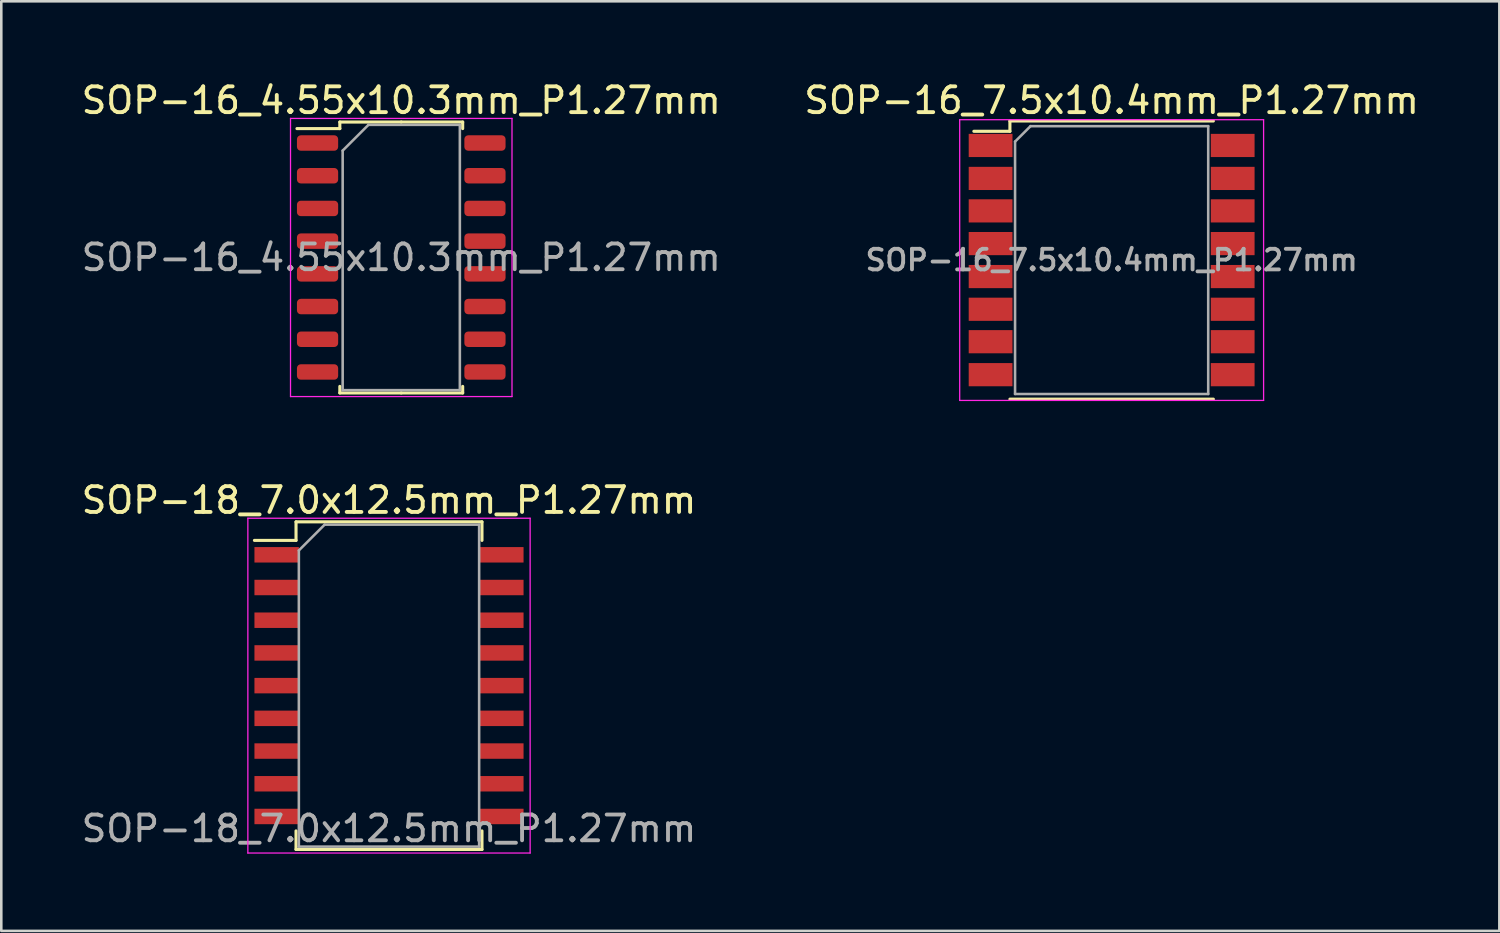
<source format=kicad_pcb>
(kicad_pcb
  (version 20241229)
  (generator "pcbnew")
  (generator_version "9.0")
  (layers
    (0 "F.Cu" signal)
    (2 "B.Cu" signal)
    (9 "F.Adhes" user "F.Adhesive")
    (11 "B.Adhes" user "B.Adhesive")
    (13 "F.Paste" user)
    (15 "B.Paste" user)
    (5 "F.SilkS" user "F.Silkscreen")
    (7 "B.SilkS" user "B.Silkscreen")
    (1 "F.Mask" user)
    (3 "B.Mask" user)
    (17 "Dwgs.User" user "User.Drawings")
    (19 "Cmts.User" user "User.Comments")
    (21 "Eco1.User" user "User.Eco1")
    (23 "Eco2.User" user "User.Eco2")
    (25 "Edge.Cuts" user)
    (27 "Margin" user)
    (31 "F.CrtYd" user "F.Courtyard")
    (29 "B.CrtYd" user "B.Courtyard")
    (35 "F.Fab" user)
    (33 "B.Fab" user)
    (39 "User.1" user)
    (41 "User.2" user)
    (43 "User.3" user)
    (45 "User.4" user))
  (footprint "SOP-16_7.5x10.4mm_P1.27mm"
    (layer "F.Cu")
    (at 40.113 7.048)
    (property "Reference" "SOP-16_7.5x10.4mm_P1.27mm" (at 0 -6.2 0) (layer "F.SilkS") (effects (font (size 1 1) (thickness 0.15))))
    (attr smd)
    (fp_line (start -3.95 -5.4) (end -3.95 -5) (stroke (width 0.12) (type solid)) (layer "F.SilkS"))
    (fp_line (start -3.95 -5.4) (end 3.95 -5.4) (stroke (width 0.12) (type solid)) (layer "F.SilkS"))
    (fp_line (start -3.95 -5) (end -5.35 -5) (stroke (width 0.12) (type solid)) (layer "F.SilkS"))
    (fp_line (start -3.95 5.4) (end 3.95 5.4) (stroke (width 0.12) (type solid)) (layer "F.SilkS"))
    (fp_line (start -5.9 -5.45) (end -5.9 5.45) (stroke (width 0.05) (type solid)) (layer "F.CrtYd"))
    (fp_line (start -5.9 -5.45) (end 5.9 -5.45) (stroke (width 0.05) (type solid)) (layer "F.CrtYd"))
    (fp_line (start 5.9 5.45) (end -5.9 5.45) (stroke (width 0.05) (type solid)) (layer "F.CrtYd"))
    (fp_line (start 5.9 5.45) (end 5.9 -5.45) (stroke (width 0.05) (type solid)) (layer "F.CrtYd"))
    (fp_line (start -3.75 -4.6) (end -3.15 -5.2) (stroke (width 0.1) (type solid)) (layer "F.Fab"))
    (fp_line (start -3.75 5.2) (end -3.75 -4.6) (stroke (width 0.1) (type solid)) (layer "F.Fab"))
    (fp_line (start -3.15 -5.2) (end 3.75 -5.2) (stroke (width 0.1) (type solid)) (layer "F.Fab"))
    (fp_line (start 3.75 -5.2) (end 3.75 5.2) (stroke (width 0.1) (type solid)) (layer "F.Fab"))
    (fp_line (start 3.75 5.2) (end -3.75 5.2) (stroke (width 0.1) (type solid)) (layer "F.Fab"))
    (fp_text user "${REFERENCE}" (at 0 0 0) (layer "F.Fab") (effects (font (size 0.8 0.8) (thickness 0.15))))
    (pad "1" smd rect (at -4.7 -4.45) (size 1.7 0.9) (layers "F.Cu" "F.Mask" "F.Paste"))
    (pad "2" smd rect (at -4.7 -3.17) (size 1.7 0.9) (layers "F.Cu" "F.Mask" "F.Paste"))
    (pad "3" smd rect (at -4.7 -1.91) (size 1.7 0.9) (layers "F.Cu" "F.Mask" "F.Paste"))
    (pad "4" smd rect (at -4.7 -0.64) (size 1.7 0.9) (layers "F.Cu" "F.Mask" "F.Paste"))
    (pad "5" smd rect (at -4.7 0.64) (size 1.7 0.9) (layers "F.Cu" "F.Mask" "F.Paste"))
    (pad "6" smd rect (at -4.7 1.91) (size 1.7 0.9) (layers "F.Cu" "F.Mask" "F.Paste"))
    (pad "7" smd rect (at -4.7 3.17) (size 1.7 0.9) (layers "F.Cu" "F.Mask" "F.Paste"))
    (pad "8" smd rect (at -4.7 4.45) (size 1.7 0.9) (layers "F.Cu" "F.Mask" "F.Paste"))
    (pad "9" smd rect (at 4.7 4.45) (size 1.7 0.9) (layers "F.Cu" "F.Mask" "F.Paste"))
    (pad "10" smd rect (at 4.7 3.17) (size 1.7 0.9) (layers "F.Cu" "F.Mask" "F.Paste"))
    (pad "11" smd rect (at 4.7 1.91) (size 1.7 0.9) (layers "F.Cu" "F.Mask" "F.Paste"))
    (pad "12" smd rect (at 4.7 0.64) (size 1.7 0.9) (layers "F.Cu" "F.Mask" "F.Paste"))
    (pad "13" smd rect (at 4.7 -0.64) (size 1.7 0.9) (layers "F.Cu" "F.Mask" "F.Paste"))
    (pad "14" smd rect (at 4.7 -1.91) (size 1.7 0.9) (layers "F.Cu" "F.Mask" "F.Paste"))
    (pad "15" smd rect (at 4.7 -3.17) (size 1.7 0.9) (layers "F.Cu" "F.Mask" "F.Paste"))
    (pad "16" smd rect (at 4.7 -4.45) (size 1.7 0.9) (layers "F.Cu" "F.Mask" "F.Paste")))
  (footprint "SOP-16_4.55x10.3mm_P1.27mm"
    (layer "F.Cu")
    (at 12.53 6.948)
    (property "Reference" "SOP-16_4.55x10.3mm_P1.27mm" (at 0 -6.1 0) (layer "F.SilkS") (effects (font (size 1 1) (thickness 0.15))))
    (attr smd)
    (fp_line (start -2.385 -5.26) (end -2.385 -5.005) (stroke (width 0.12) (type solid)) (layer "F.SilkS"))
    (fp_line (start -2.385 -5.005) (end -4.05 -5.005) (stroke (width 0.12) (type solid)) (layer "F.SilkS"))
    (fp_line (start -2.385 5.26) (end -2.385 5.005) (stroke (width 0.12) (type solid)) (layer "F.SilkS"))
    (fp_line (start 0 -5.26) (end -2.385 -5.26) (stroke (width 0.12) (type solid)) (layer "F.SilkS"))
    (fp_line (start 0 -5.26) (end 2.385 -5.26) (stroke (width 0.12) (type solid)) (layer "F.SilkS"))
    (fp_line (start 0 5.26) (end -2.385 5.26) (stroke (width 0.12) (type solid)) (layer "F.SilkS"))
    (fp_line (start 0 5.26) (end 2.385 5.26) (stroke (width 0.12) (type solid)) (layer "F.SilkS"))
    (fp_line (start 2.385 -5.26) (end 2.385 -5.005) (stroke (width 0.12) (type solid)) (layer "F.SilkS"))
    (fp_line (start 2.385 5.26) (end 2.385 5.005) (stroke (width 0.12) (type solid)) (layer "F.SilkS"))
    (fp_line (start -4.3 -5.4) (end -4.3 5.4) (stroke (width 0.05) (type solid)) (layer "F.CrtYd"))
    (fp_line (start -4.3 5.4) (end 4.3 5.4) (stroke (width 0.05) (type solid)) (layer "F.CrtYd"))
    (fp_line (start 4.3 -5.4) (end -4.3 -5.4) (stroke (width 0.05) (type solid)) (layer "F.CrtYd"))
    (fp_line (start 4.3 5.4) (end 4.3 -5.4) (stroke (width 0.05) (type solid)) (layer "F.CrtYd"))
    (fp_line (start -2.275 -4.15) (end -1.275 -5.15) (stroke (width 0.1) (type solid)) (layer "F.Fab"))
    (fp_line (start -2.275 5.15) (end -2.275 -4.15) (stroke (width 0.1) (type solid)) (layer "F.Fab"))
    (fp_line (start -1.275 -5.15) (end 2.275 -5.15) (stroke (width 0.1) (type solid)) (layer "F.Fab"))
    (fp_line (start 2.275 -5.15) (end 2.275 5.15) (stroke (width 0.1) (type solid)) (layer "F.Fab"))
    (fp_line (start 2.275 5.15) (end -2.275 5.15) (stroke (width 0.1) (type solid)) (layer "F.Fab"))
    (fp_text user "${REFERENCE}" (at 0 0 0) (layer "F.Fab") (effects (font (size 1 1) (thickness 0.15))))
    (pad "1" smd roundrect (at -3.25 -4.445) (size 1.6 0.6) (layers "F.Cu" "F.Mask" "F.Paste") (roundrect_rratio 0.25))
    (pad "2" smd roundrect (at -3.25 -3.175) (size 1.6 0.6) (layers "F.Cu" "F.Mask" "F.Paste") (roundrect_rratio 0.25))
    (pad "3" smd roundrect (at -3.25 -1.905) (size 1.6 0.6) (layers "F.Cu" "F.Mask" "F.Paste") (roundrect_rratio 0.25))
    (pad "4" smd roundrect (at -3.25 -0.635) (size 1.6 0.6) (layers "F.Cu" "F.Mask" "F.Paste") (roundrect_rratio 0.25))
    (pad "5" smd roundrect (at -3.25 0.635) (size 1.6 0.6) (layers "F.Cu" "F.Mask" "F.Paste") (roundrect_rratio 0.25))
    (pad "6" smd roundrect (at -3.25 1.905) (size 1.6 0.6) (layers "F.Cu" "F.Mask" "F.Paste") (roundrect_rratio 0.25))
    (pad "7" smd roundrect (at -3.25 3.175) (size 1.6 0.6) (layers "F.Cu" "F.Mask" "F.Paste") (roundrect_rratio 0.25))
    (pad "8" smd roundrect (at -3.25 4.445) (size 1.6 0.6) (layers "F.Cu" "F.Mask" "F.Paste") (roundrect_rratio 0.25))
    (pad "9" smd roundrect (at 3.25 4.445) (size 1.6 0.6) (layers "F.Cu" "F.Mask" "F.Paste") (roundrect_rratio 0.25))
    (pad "10" smd roundrect (at 3.25 3.175) (size 1.6 0.6) (layers "F.Cu" "F.Mask" "F.Paste") (roundrect_rratio 0.25))
    (pad "11" smd roundrect (at 3.25 1.905) (size 1.6 0.6) (layers "F.Cu" "F.Mask" "F.Paste") (roundrect_rratio 0.25))
    (pad "12" smd roundrect (at 3.25 0.635) (size 1.6 0.6) (layers "F.Cu" "F.Mask" "F.Paste") (roundrect_rratio 0.25))
    (pad "13" smd roundrect (at 3.25 -0.635) (size 1.6 0.6) (layers "F.Cu" "F.Mask" "F.Paste") (roundrect_rratio 0.25))
    (pad "14" smd roundrect (at 3.25 -1.905) (size 1.6 0.6) (layers "F.Cu" "F.Mask" "F.Paste") (roundrect_rratio 0.25))
    (pad "15" smd roundrect (at 3.25 -3.175) (size 1.6 0.6) (layers "F.Cu" "F.Mask" "F.Paste") (roundrect_rratio 0.25))
    (pad "16" smd roundrect (at 3.25 -4.445) (size 1.6 0.6) (layers "F.Cu" "F.Mask" "F.Paste") (roundrect_rratio 0.25)))
  (footprint "SOP-18_7.0x12.5mm_P1.27mm"
    (layer "F.Cu")
    (at 12.054 23.572)
    (property "Reference" "SOP-18_7.0x12.5mm_P1.27mm" (at 0 -7.2 0) (layer "F.SilkS") (effects (font (size 1 1) (thickness 0.15))))
    (attr smd)
    (fp_line (start -5.225 -5.64) (end -3.61 -5.64) (stroke (width 0.12) (type solid)) (layer "F.SilkS"))
    (fp_line (start -3.61 -6.36) (end 3.61 -6.36) (stroke (width 0.12) (type solid)) (layer "F.SilkS"))
    (fp_line (start -3.61 -5.64) (end -3.61 -6.36) (stroke (width 0.12) (type solid)) (layer "F.SilkS"))
    (fp_line (start -3.61 5.64) (end -3.61 6.36) (stroke (width 0.12) (type solid)) (layer "F.SilkS"))
    (fp_line (start -3.61 6.36) (end 3.61 6.36) (stroke (width 0.12) (type solid)) (layer "F.SilkS"))
    (fp_line (start 3.61 -6.36) (end 3.61 -5.64) (stroke (width 0.12) (type solid)) (layer "F.SilkS"))
    (fp_line (start 3.61 6.36) (end 3.61 5.64) (stroke (width 0.12) (type solid)) (layer "F.SilkS"))
    (fp_line (start -5.48 -6.5) (end 5.48 -6.5) (stroke (width 0.05) (type solid)) (layer "F.CrtYd"))
    (fp_line (start -5.48 6.5) (end -5.48 -6.5) (stroke (width 0.05) (type solid)) (layer "F.CrtYd"))
    (fp_line (start 5.48 -6.5) (end 5.48 6.5) (stroke (width 0.05) (type solid)) (layer "F.CrtYd"))
    (fp_line (start 5.48 6.5) (end -5.48 6.5) (stroke (width 0.05) (type solid)) (layer "F.CrtYd"))
    (fp_line (start -3.5 -5.25) (end -2.5 -6.25) (stroke (width 0.1) (type solid)) (layer "F.Fab"))
    (fp_line (start -3.5 6.25) (end -3.5 -5.25) (stroke (width 0.1) (type solid)) (layer "F.Fab"))
    (fp_line (start -2.5 -6.25) (end 3.5 -6.25) (stroke (width 0.1) (type solid)) (layer "F.Fab"))
    (fp_line (start 3.5 -6.25) (end 3.5 6.25) (stroke (width 0.1) (type solid)) (layer "F.Fab"))
    (fp_line (start 3.5 6.25) (end -3.5 6.25) (stroke (width 0.1) (type solid)) (layer "F.Fab"))
    (fp_text user "${REFERENCE}" (at 0 5.55 0) (layer "F.Fab") (effects (font (size 1 1) (thickness 0.15))))
    (pad "1" smd rect (at -4.362 -5.08) (size 1.725 0.6) (layers "F.Cu" "F.Mask" "F.Paste"))
    (pad "2" smd rect (at -4.362 -3.81) (size 1.725 0.6) (layers "F.Cu" "F.Mask" "F.Paste"))
    (pad "3" smd rect (at -4.362 -2.54) (size 1.725 0.6) (layers "F.Cu" "F.Mask" "F.Paste"))
    (pad "4" smd rect (at -4.362 -1.27) (size 1.725 0.6) (layers "F.Cu" "F.Mask" "F.Paste"))
    (pad "5" smd rect (at -4.362 0) (size 1.725 0.6) (layers "F.Cu" "F.Mask" "F.Paste"))
    (pad "6" smd rect (at -4.362 1.27) (size 1.725 0.6) (layers "F.Cu" "F.Mask" "F.Paste"))
    (pad "7" smd rect (at -4.362 2.54) (size 1.725 0.6) (layers "F.Cu" "F.Mask" "F.Paste"))
    (pad "8" smd rect (at -4.362 3.81) (size 1.725 0.6) (layers "F.Cu" "F.Mask" "F.Paste"))
    (pad "9" smd rect (at -4.362 5.08) (size 1.725 0.6) (layers "F.Cu" "F.Mask" "F.Paste"))
    (pad "10" smd rect (at 4.362 5.08) (size 1.725 0.6) (layers "F.Cu" "F.Mask" "F.Paste"))
    (pad "11" smd rect (at 4.362 3.81) (size 1.725 0.6) (layers "F.Cu" "F.Mask" "F.Paste"))
    (pad "12" smd rect (at 4.362 2.54) (size 1.725 0.6) (layers "F.Cu" "F.Mask" "F.Paste"))
    (pad "13" smd rect (at 4.362 1.27) (size 1.725 0.6) (layers "F.Cu" "F.Mask" "F.Paste"))
    (pad "14" smd rect (at 4.362 0) (size 1.725 0.6) (layers "F.Cu" "F.Mask" "F.Paste"))
    (pad "15" smd rect (at 4.362 -1.27) (size 1.725 0.6) (layers "F.Cu" "F.Mask" "F.Paste"))
    (pad "16" smd rect (at 4.362 -2.54) (size 1.725 0.6) (layers "F.Cu" "F.Mask" "F.Paste"))
    (pad "17" smd rect (at 4.362 -3.81) (size 1.725 0.6) (layers "F.Cu" "F.Mask" "F.Paste"))
    (pad "18" smd rect (at 4.362 -5.08) (size 1.725 0.6) (layers "F.Cu" "F.Mask" "F.Paste")))
  (gr_rect
    (start -3 -3)
    (end 55.167 33.096)
    (stroke (width 0.1) (type default))
    (fill no)
    (layer "Edge.Cuts")))
</source>
